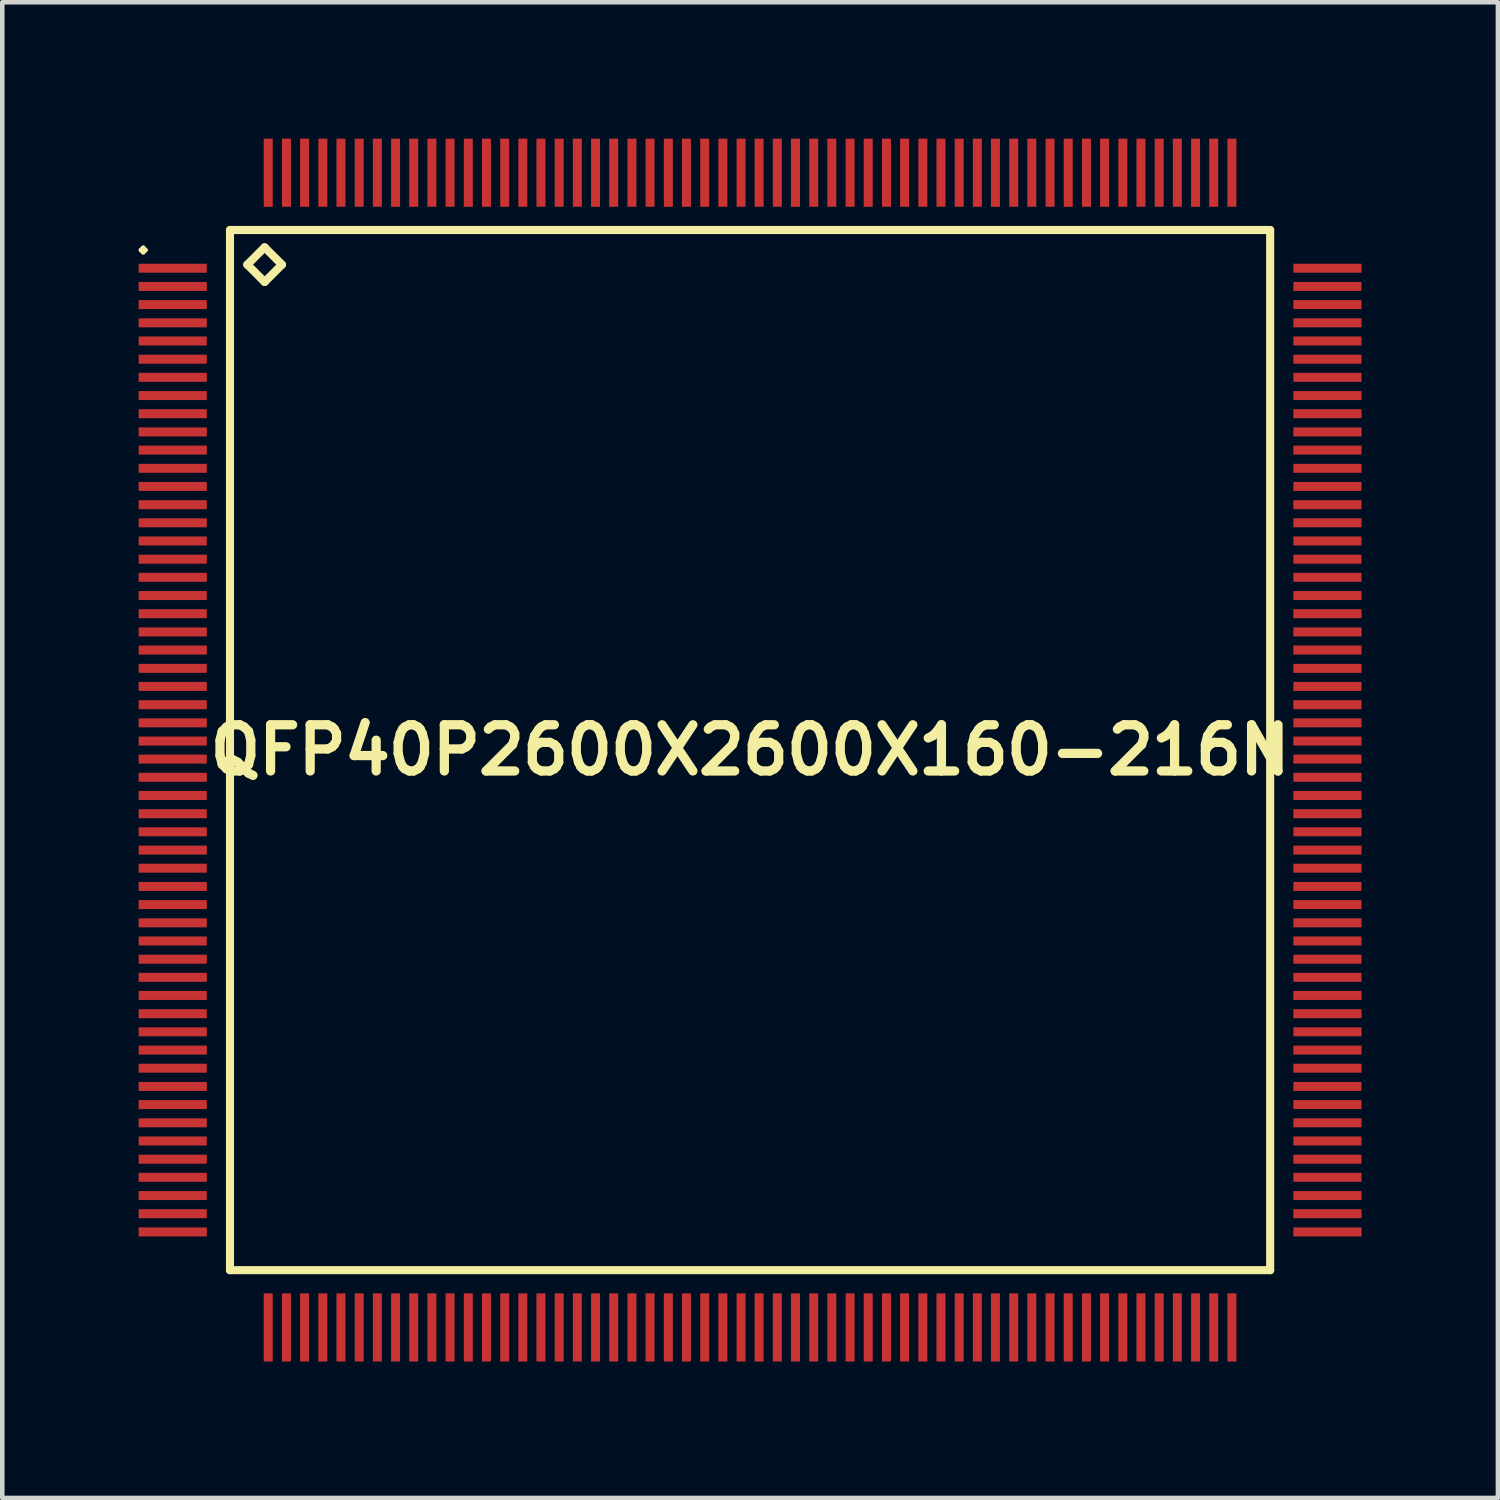
<source format=kicad_pcb>
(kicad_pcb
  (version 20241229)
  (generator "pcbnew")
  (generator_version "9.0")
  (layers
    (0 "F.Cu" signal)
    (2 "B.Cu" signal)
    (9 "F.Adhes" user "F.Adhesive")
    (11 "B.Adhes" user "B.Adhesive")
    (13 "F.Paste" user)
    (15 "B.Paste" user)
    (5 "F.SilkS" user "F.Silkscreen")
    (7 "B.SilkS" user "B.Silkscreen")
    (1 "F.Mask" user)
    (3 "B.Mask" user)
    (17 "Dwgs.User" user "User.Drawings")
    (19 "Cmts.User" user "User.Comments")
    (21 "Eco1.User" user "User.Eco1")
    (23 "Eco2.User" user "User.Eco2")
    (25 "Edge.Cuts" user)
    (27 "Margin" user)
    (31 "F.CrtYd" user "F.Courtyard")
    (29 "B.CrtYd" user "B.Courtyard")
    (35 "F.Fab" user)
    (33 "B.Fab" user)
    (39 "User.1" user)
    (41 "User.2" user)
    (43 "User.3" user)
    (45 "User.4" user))
  (footprint "QFP40P2600X2600X160-216N"
    (layer "F.Cu")
    (at 13.449 13.449)
    (property "Reference" "QFP40P2600X2600X160-216N" (at 0 0 0) (layer "F.SilkS") (effects (font (size 1.016 1.016) (thickness 0.203))))
    (attr smd)
    (fp_line (start -13.399 -10.998) (end -13.348 -11.049) (stroke (width 0.099) (type solid)) (layer "F.SilkS"))
    (fp_line (start -13.348 -11.049) (end -13.299 -10.998) (stroke (width 0.099) (type solid)) (layer "F.SilkS"))
    (fp_line (start -13.348 -10.95) (end -13.399 -10.998) (stroke (width 0.099) (type solid)) (layer "F.SilkS"))
    (fp_line (start -13.299 -10.998) (end -13.348 -10.95) (stroke (width 0.099) (type solid)) (layer "F.SilkS"))
    (fp_line (start -11.44 -11.44) (end -11.44 11.44) (stroke (width 0.178) (type solid)) (layer "F.SilkS"))
    (fp_line (start -11.44 11.44) (end 11.44 11.44) (stroke (width 0.178) (type solid)) (layer "F.SilkS"))
    (fp_line (start -11.059 -10.678) (end -10.678 -11.059) (stroke (width 0.178) (type solid)) (layer "F.SilkS"))
    (fp_line (start -10.678 -11.059) (end -10.297 -10.678) (stroke (width 0.178) (type solid)) (layer "F.SilkS"))
    (fp_line (start -10.678 -10.297) (end -11.059 -10.678) (stroke (width 0.178) (type solid)) (layer "F.SilkS"))
    (fp_line (start -10.297 -10.678) (end -10.678 -10.297) (stroke (width 0.178) (type solid)) (layer "F.SilkS"))
    (fp_line (start 11.44 -11.44) (end -11.44 -11.44) (stroke (width 0.178) (type solid)) (layer "F.SilkS"))
    (fp_line (start 11.44 11.44) (end 11.44 -11.44) (stroke (width 0.178) (type solid)) (layer "F.SilkS"))
    (pad "1" smd rect (at -12.7 -10.599) (size 1.499 0.198) (layers "F.Cu" "F.Mask" "F.Paste"))
    (pad "2" smd rect (at -12.7 -10.198) (size 1.499 0.198) (layers "F.Cu" "F.Mask" "F.Paste"))
    (pad "3" smd rect (at -12.7 -9.799) (size 1.499 0.198) (layers "F.Cu" "F.Mask" "F.Paste"))
    (pad "4" smd rect (at -12.7 -9.398) (size 1.499 0.198) (layers "F.Cu" "F.Mask" "F.Paste"))
    (pad "5" smd rect (at -12.7 -8.999) (size 1.499 0.198) (layers "F.Cu" "F.Mask" "F.Paste"))
    (pad "6" smd rect (at -12.7 -8.598) (size 1.499 0.198) (layers "F.Cu" "F.Mask" "F.Paste"))
    (pad "7" smd rect (at -12.7 -8.199) (size 1.499 0.198) (layers "F.Cu" "F.Mask" "F.Paste"))
    (pad "8" smd rect (at -12.7 -7.798) (size 1.499 0.198) (layers "F.Cu" "F.Mask" "F.Paste"))
    (pad "9" smd rect (at -12.7 -7.399) (size 1.499 0.198) (layers "F.Cu" "F.Mask" "F.Paste"))
    (pad "10" smd rect (at -12.7 -6.998) (size 1.499 0.198) (layers "F.Cu" "F.Mask" "F.Paste"))
    (pad "11" smd rect (at -12.7 -6.599) (size 1.499 0.198) (layers "F.Cu" "F.Mask" "F.Paste"))
    (pad "12" smd rect (at -12.7 -6.198) (size 1.499 0.198) (layers "F.Cu" "F.Mask" "F.Paste"))
    (pad "13" smd rect (at -12.7 -5.799) (size 1.499 0.198) (layers "F.Cu" "F.Mask" "F.Paste"))
    (pad "14" smd rect (at -12.7 -5.397) (size 1.499 0.198) (layers "F.Cu" "F.Mask" "F.Paste"))
    (pad "15" smd rect (at -12.7 -4.999) (size 1.499 0.198) (layers "F.Cu" "F.Mask" "F.Paste"))
    (pad "16" smd rect (at -12.7 -4.6) (size 1.499 0.198) (layers "F.Cu" "F.Mask" "F.Paste"))
    (pad "17" smd rect (at -12.7 -4.199) (size 1.499 0.198) (layers "F.Cu" "F.Mask" "F.Paste"))
    (pad "18" smd rect (at -12.7 -3.8) (size 1.499 0.198) (layers "F.Cu" "F.Mask" "F.Paste"))
    (pad "19" smd rect (at -12.7 -3.399) (size 1.499 0.198) (layers "F.Cu" "F.Mask" "F.Paste"))
    (pad "20" smd rect (at -12.7 -3) (size 1.499 0.198) (layers "F.Cu" "F.Mask" "F.Paste"))
    (pad "21" smd rect (at -12.7 -2.598) (size 1.499 0.198) (layers "F.Cu" "F.Mask" "F.Paste"))
    (pad "22" smd rect (at -12.7 -2.2) (size 1.499 0.198) (layers "F.Cu" "F.Mask" "F.Paste"))
    (pad "23" smd rect (at -12.7 -1.798) (size 1.499 0.198) (layers "F.Cu" "F.Mask" "F.Paste"))
    (pad "24" smd rect (at -12.7 -1.4) (size 1.499 0.198) (layers "F.Cu" "F.Mask" "F.Paste"))
    (pad "25" smd rect (at -12.7 -0.998) (size 1.499 0.198) (layers "F.Cu" "F.Mask" "F.Paste"))
    (pad "26" smd rect (at -12.7 -0.599) (size 1.499 0.198) (layers "F.Cu" "F.Mask" "F.Paste"))
    (pad "27" smd rect (at -12.7 -0.198) (size 1.499 0.198) (layers "F.Cu" "F.Mask" "F.Paste"))
    (pad "28" smd rect (at -12.7 0.198) (size 1.499 0.198) (layers "F.Cu" "F.Mask" "F.Paste"))
    (pad "29" smd rect (at -12.7 0.599) (size 1.499 0.198) (layers "F.Cu" "F.Mask" "F.Paste"))
    (pad "30" smd rect (at -12.7 0.998) (size 1.499 0.198) (layers "F.Cu" "F.Mask" "F.Paste"))
    (pad "31" smd rect (at -12.7 1.4) (size 1.499 0.198) (layers "F.Cu" "F.Mask" "F.Paste"))
    (pad "32" smd rect (at -12.7 1.798) (size 1.499 0.198) (layers "F.Cu" "F.Mask" "F.Paste"))
    (pad "33" smd rect (at -12.7 2.2) (size 1.499 0.198) (layers "F.Cu" "F.Mask" "F.Paste"))
    (pad "34" smd rect (at -12.7 2.598) (size 1.499 0.198) (layers "F.Cu" "F.Mask" "F.Paste"))
    (pad "35" smd rect (at -12.7 3) (size 1.499 0.198) (layers "F.Cu" "F.Mask" "F.Paste"))
    (pad "36" smd rect (at -12.7 3.399) (size 1.499 0.198) (layers "F.Cu" "F.Mask" "F.Paste"))
    (pad "37" smd rect (at -12.7 3.8) (size 1.499 0.198) (layers "F.Cu" "F.Mask" "F.Paste"))
    (pad "38" smd rect (at -12.7 4.199) (size 1.499 0.198) (layers "F.Cu" "F.Mask" "F.Paste"))
    (pad "39" smd rect (at -12.7 4.6) (size 1.499 0.198) (layers "F.Cu" "F.Mask" "F.Paste"))
    (pad "40" smd rect (at -12.7 4.999) (size 1.499 0.198) (layers "F.Cu" "F.Mask" "F.Paste"))
    (pad "41" smd rect (at -12.7 5.397) (size 1.499 0.198) (layers "F.Cu" "F.Mask" "F.Paste"))
    (pad "42" smd rect (at -12.7 5.799) (size 1.499 0.198) (layers "F.Cu" "F.Mask" "F.Paste"))
    (pad "43" smd rect (at -12.7 6.198) (size 1.499 0.198) (layers "F.Cu" "F.Mask" "F.Paste"))
    (pad "44" smd rect (at -12.7 6.599) (size 1.499 0.198) (layers "F.Cu" "F.Mask" "F.Paste"))
    (pad "45" smd rect (at -12.7 6.998) (size 1.499 0.198) (layers "F.Cu" "F.Mask" "F.Paste"))
    (pad "46" smd rect (at -12.7 7.399) (size 1.499 0.198) (layers "F.Cu" "F.Mask" "F.Paste"))
    (pad "47" smd rect (at -12.7 7.798) (size 1.499 0.198) (layers "F.Cu" "F.Mask" "F.Paste"))
    (pad "48" smd rect (at -12.7 8.199) (size 1.499 0.198) (layers "F.Cu" "F.Mask" "F.Paste"))
    (pad "49" smd rect (at -12.7 8.598) (size 1.499 0.198) (layers "F.Cu" "F.Mask" "F.Paste"))
    (pad "50" smd rect (at -12.7 8.999) (size 1.499 0.198) (layers "F.Cu" "F.Mask" "F.Paste"))
    (pad "51" smd rect (at -12.7 9.398) (size 1.499 0.198) (layers "F.Cu" "F.Mask" "F.Paste"))
    (pad "52" smd rect (at -12.7 9.799) (size 1.499 0.198) (layers "F.Cu" "F.Mask" "F.Paste"))
    (pad "53" smd rect (at -12.7 10.198) (size 1.499 0.198) (layers "F.Cu" "F.Mask" "F.Paste"))
    (pad "54" smd rect (at -12.7 10.599) (size 1.499 0.198) (layers "F.Cu" "F.Mask" "F.Paste"))
    (pad "55" smd rect (at -10.599 12.7) (size 0.198 1.499) (layers "F.Cu" "F.Mask" "F.Paste"))
    (pad "56" smd rect (at -10.198 12.7) (size 0.198 1.499) (layers "F.Cu" "F.Mask" "F.Paste"))
    (pad "57" smd rect (at -9.799 12.7) (size 0.198 1.499) (layers "F.Cu" "F.Mask" "F.Paste"))
    (pad "58" smd rect (at -9.398 12.7) (size 0.198 1.499) (layers "F.Cu" "F.Mask" "F.Paste"))
    (pad "59" smd rect (at -8.999 12.7) (size 0.198 1.499) (layers "F.Cu" "F.Mask" "F.Paste"))
    (pad "60" smd rect (at -8.598 12.7) (size 0.198 1.499) (layers "F.Cu" "F.Mask" "F.Paste"))
    (pad "61" smd rect (at -8.199 12.7) (size 0.198 1.499) (layers "F.Cu" "F.Mask" "F.Paste"))
    (pad "62" smd rect (at -7.798 12.7) (size 0.198 1.499) (layers "F.Cu" "F.Mask" "F.Paste"))
    (pad "63" smd rect (at -7.399 12.7) (size 0.198 1.499) (layers "F.Cu" "F.Mask" "F.Paste"))
    (pad "64" smd rect (at -6.998 12.7) (size 0.198 1.499) (layers "F.Cu" "F.Mask" "F.Paste"))
    (pad "65" smd rect (at -6.599 12.7) (size 0.198 1.499) (layers "F.Cu" "F.Mask" "F.Paste"))
    (pad "66" smd rect (at -6.198 12.7) (size 0.198 1.499) (layers "F.Cu" "F.Mask" "F.Paste"))
    (pad "67" smd rect (at -5.799 12.7) (size 0.198 1.499) (layers "F.Cu" "F.Mask" "F.Paste"))
    (pad "68" smd rect (at -5.397 12.7) (size 0.198 1.499) (layers "F.Cu" "F.Mask" "F.Paste"))
    (pad "69" smd rect (at -4.999 12.7) (size 0.198 1.499) (layers "F.Cu" "F.Mask" "F.Paste"))
    (pad "70" smd rect (at -4.6 12.7) (size 0.198 1.499) (layers "F.Cu" "F.Mask" "F.Paste"))
    (pad "71" smd rect (at -4.199 12.7) (size 0.198 1.499) (layers "F.Cu" "F.Mask" "F.Paste"))
    (pad "72" smd rect (at -3.8 12.7) (size 0.198 1.499) (layers "F.Cu" "F.Mask" "F.Paste"))
    (pad "73" smd rect (at -3.399 12.7) (size 0.198 1.499) (layers "F.Cu" "F.Mask" "F.Paste"))
    (pad "74" smd rect (at -3 12.7) (size 0.198 1.499) (layers "F.Cu" "F.Mask" "F.Paste"))
    (pad "75" smd rect (at -2.598 12.7) (size 0.198 1.499) (layers "F.Cu" "F.Mask" "F.Paste"))
    (pad "76" smd rect (at -2.2 12.7) (size 0.198 1.499) (layers "F.Cu" "F.Mask" "F.Paste"))
    (pad "77" smd rect (at -1.798 12.7) (size 0.198 1.499) (layers "F.Cu" "F.Mask" "F.Paste"))
    (pad "78" smd rect (at -1.4 12.7) (size 0.198 1.499) (layers "F.Cu" "F.Mask" "F.Paste"))
    (pad "79" smd rect (at -0.998 12.7) (size 0.198 1.499) (layers "F.Cu" "F.Mask" "F.Paste"))
    (pad "80" smd rect (at -0.599 12.7) (size 0.198 1.499) (layers "F.Cu" "F.Mask" "F.Paste"))
    (pad "81" smd rect (at -0.198 12.7) (size 0.198 1.499) (layers "F.Cu" "F.Mask" "F.Paste"))
    (pad "82" smd rect (at 0.198 12.7) (size 0.198 1.499) (layers "F.Cu" "F.Mask" "F.Paste"))
    (pad "83" smd rect (at 0.599 12.7) (size 0.198 1.499) (layers "F.Cu" "F.Mask" "F.Paste"))
    (pad "84" smd rect (at 0.998 12.7) (size 0.198 1.499) (layers "F.Cu" "F.Mask" "F.Paste"))
    (pad "85" smd rect (at 1.4 12.7) (size 0.198 1.499) (layers "F.Cu" "F.Mask" "F.Paste"))
    (pad "86" smd rect (at 1.798 12.7) (size 0.198 1.499) (layers "F.Cu" "F.Mask" "F.Paste"))
    (pad "87" smd rect (at 2.2 12.7) (size 0.198 1.499) (layers "F.Cu" "F.Mask" "F.Paste"))
    (pad "88" smd rect (at 2.598 12.7) (size 0.198 1.499) (layers "F.Cu" "F.Mask" "F.Paste"))
    (pad "89" smd rect (at 3 12.7) (size 0.198 1.499) (layers "F.Cu" "F.Mask" "F.Paste"))
    (pad "90" smd rect (at 3.399 12.7) (size 0.198 1.499) (layers "F.Cu" "F.Mask" "F.Paste"))
    (pad "91" smd rect (at 3.8 12.7) (size 0.198 1.499) (layers "F.Cu" "F.Mask" "F.Paste"))
    (pad "92" smd rect (at 4.199 12.7) (size 0.198 1.499) (layers "F.Cu" "F.Mask" "F.Paste"))
    (pad "93" smd rect (at 4.6 12.7) (size 0.198 1.499) (layers "F.Cu" "F.Mask" "F.Paste"))
    (pad "94" smd rect (at 4.999 12.7) (size 0.198 1.499) (layers "F.Cu" "F.Mask" "F.Paste"))
    (pad "95" smd rect (at 5.397 12.7) (size 0.198 1.499) (layers "F.Cu" "F.Mask" "F.Paste"))
    (pad "96" smd rect (at 5.799 12.7) (size 0.198 1.499) (layers "F.Cu" "F.Mask" "F.Paste"))
    (pad "97" smd rect (at 6.198 12.7) (size 0.198 1.499) (layers "F.Cu" "F.Mask" "F.Paste"))
    (pad "98" smd rect (at 6.599 12.7) (size 0.198 1.499) (layers "F.Cu" "F.Mask" "F.Paste"))
    (pad "99" smd rect (at 6.998 12.7) (size 0.198 1.499) (layers "F.Cu" "F.Mask" "F.Paste"))
    (pad "100" smd rect (at 7.399 12.7) (size 0.198 1.499) (layers "F.Cu" "F.Mask" "F.Paste"))
    (pad "101" smd rect (at 7.798 12.7) (size 0.198 1.499) (layers "F.Cu" "F.Mask" "F.Paste"))
    (pad "102" smd rect (at 8.199 12.7) (size 0.198 1.499) (layers "F.Cu" "F.Mask" "F.Paste"))
    (pad "103" smd rect (at 8.598 12.7) (size 0.198 1.499) (layers "F.Cu" "F.Mask" "F.Paste"))
    (pad "104" smd rect (at 8.999 12.7) (size 0.198 1.499) (layers "F.Cu" "F.Mask" "F.Paste"))
    (pad "105" smd rect (at 9.398 12.7) (size 0.198 1.499) (layers "F.Cu" "F.Mask" "F.Paste"))
    (pad "106" smd rect (at 9.799 12.7) (size 0.198 1.499) (layers "F.Cu" "F.Mask" "F.Paste"))
    (pad "107" smd rect (at 10.198 12.7) (size 0.198 1.499) (layers "F.Cu" "F.Mask" "F.Paste"))
    (pad "108" smd rect (at 10.599 12.7) (size 0.198 1.499) (layers "F.Cu" "F.Mask" "F.Paste"))
    (pad "109" smd rect (at 12.7 10.599) (size 1.499 0.198) (layers "F.Cu" "F.Mask" "F.Paste"))
    (pad "110" smd rect (at 12.7 10.198) (size 1.499 0.198) (layers "F.Cu" "F.Mask" "F.Paste"))
    (pad "111" smd rect (at 12.7 9.799) (size 1.499 0.198) (layers "F.Cu" "F.Mask" "F.Paste"))
    (pad "112" smd rect (at 12.7 9.398) (size 1.499 0.198) (layers "F.Cu" "F.Mask" "F.Paste"))
    (pad "113" smd rect (at 12.7 8.999) (size 1.499 0.198) (layers "F.Cu" "F.Mask" "F.Paste"))
    (pad "114" smd rect (at 12.7 8.598) (size 1.499 0.198) (layers "F.Cu" "F.Mask" "F.Paste"))
    (pad "115" smd rect (at 12.7 8.199) (size 1.499 0.198) (layers "F.Cu" "F.Mask" "F.Paste"))
    (pad "116" smd rect (at 12.7 7.798) (size 1.499 0.198) (layers "F.Cu" "F.Mask" "F.Paste"))
    (pad "117" smd rect (at 12.7 7.399) (size 1.499 0.198) (layers "F.Cu" "F.Mask" "F.Paste"))
    (pad "118" smd rect (at 12.7 6.998) (size 1.499 0.198) (layers "F.Cu" "F.Mask" "F.Paste"))
    (pad "119" smd rect (at 12.7 6.599) (size 1.499 0.198) (layers "F.Cu" "F.Mask" "F.Paste"))
    (pad "120" smd rect (at 12.7 6.198) (size 1.499 0.198) (layers "F.Cu" "F.Mask" "F.Paste"))
    (pad "121" smd rect (at 12.7 5.799) (size 1.499 0.198) (layers "F.Cu" "F.Mask" "F.Paste"))
    (pad "122" smd rect (at 12.7 5.397) (size 1.499 0.198) (layers "F.Cu" "F.Mask" "F.Paste"))
    (pad "123" smd rect (at 12.7 4.999) (size 1.499 0.198) (layers "F.Cu" "F.Mask" "F.Paste"))
    (pad "124" smd rect (at 12.7 4.6) (size 1.499 0.198) (layers "F.Cu" "F.Mask" "F.Paste"))
    (pad "125" smd rect (at 12.7 4.199) (size 1.499 0.198) (layers "F.Cu" "F.Mask" "F.Paste"))
    (pad "126" smd rect (at 12.7 3.8) (size 1.499 0.198) (layers "F.Cu" "F.Mask" "F.Paste"))
    (pad "127" smd rect (at 12.7 3.399) (size 1.499 0.198) (layers "F.Cu" "F.Mask" "F.Paste"))
    (pad "128" smd rect (at 12.7 3) (size 1.499 0.198) (layers "F.Cu" "F.Mask" "F.Paste"))
    (pad "129" smd rect (at 12.7 2.598) (size 1.499 0.198) (layers "F.Cu" "F.Mask" "F.Paste"))
    (pad "130" smd rect (at 12.7 2.2) (size 1.499 0.198) (layers "F.Cu" "F.Mask" "F.Paste"))
    (pad "131" smd rect (at 12.7 1.798) (size 1.499 0.198) (layers "F.Cu" "F.Mask" "F.Paste"))
    (pad "132" smd rect (at 12.7 1.4) (size 1.499 0.198) (layers "F.Cu" "F.Mask" "F.Paste"))
    (pad "133" smd rect (at 12.7 0.998) (size 1.499 0.198) (layers "F.Cu" "F.Mask" "F.Paste"))
    (pad "134" smd rect (at 12.7 0.599) (size 1.499 0.198) (layers "F.Cu" "F.Mask" "F.Paste"))
    (pad "135" smd rect (at 12.7 0.198) (size 1.499 0.198) (layers "F.Cu" "F.Mask" "F.Paste"))
    (pad "136" smd rect (at 12.7 -0.198) (size 1.499 0.198) (layers "F.Cu" "F.Mask" "F.Paste"))
    (pad "137" smd rect (at 12.7 -0.599) (size 1.499 0.198) (layers "F.Cu" "F.Mask" "F.Paste"))
    (pad "138" smd rect (at 12.7 -0.998) (size 1.499 0.198) (layers "F.Cu" "F.Mask" "F.Paste"))
    (pad "139" smd rect (at 12.7 -1.4) (size 1.499 0.198) (layers "F.Cu" "F.Mask" "F.Paste"))
    (pad "140" smd rect (at 12.7 -1.798) (size 1.499 0.198) (layers "F.Cu" "F.Mask" "F.Paste"))
    (pad "141" smd rect (at 12.7 -2.2) (size 1.499 0.198) (layers "F.Cu" "F.Mask" "F.Paste"))
    (pad "142" smd rect (at 12.7 -2.598) (size 1.499 0.198) (layers "F.Cu" "F.Mask" "F.Paste"))
    (pad "143" smd rect (at 12.7 -3) (size 1.499 0.198) (layers "F.Cu" "F.Mask" "F.Paste"))
    (pad "144" smd rect (at 12.7 -3.399) (size 1.499 0.198) (layers "F.Cu" "F.Mask" "F.Paste"))
    (pad "145" smd rect (at 12.7 -3.8) (size 1.499 0.198) (layers "F.Cu" "F.Mask" "F.Paste"))
    (pad "146" smd rect (at 12.7 -4.199) (size 1.499 0.198) (layers "F.Cu" "F.Mask" "F.Paste"))
    (pad "147" smd rect (at 12.7 -4.6) (size 1.499 0.198) (layers "F.Cu" "F.Mask" "F.Paste"))
    (pad "148" smd rect (at 12.7 -4.999) (size 1.499 0.198) (layers "F.Cu" "F.Mask" "F.Paste"))
    (pad "149" smd rect (at 12.7 -5.397) (size 1.499 0.198) (layers "F.Cu" "F.Mask" "F.Paste"))
    (pad "150" smd rect (at 12.7 -5.799) (size 1.499 0.198) (layers "F.Cu" "F.Mask" "F.Paste"))
    (pad "151" smd rect (at 12.7 -6.198) (size 1.499 0.198) (layers "F.Cu" "F.Mask" "F.Paste"))
    (pad "152" smd rect (at 12.7 -6.599) (size 1.499 0.198) (layers "F.Cu" "F.Mask" "F.Paste"))
    (pad "153" smd rect (at 12.7 -6.998) (size 1.499 0.198) (layers "F.Cu" "F.Mask" "F.Paste"))
    (pad "154" smd rect (at 12.7 -7.399) (size 1.499 0.198) (layers "F.Cu" "F.Mask" "F.Paste"))
    (pad "155" smd rect (at 12.7 -7.798) (size 1.499 0.198) (layers "F.Cu" "F.Mask" "F.Paste"))
    (pad "156" smd rect (at 12.7 -8.199) (size 1.499 0.198) (layers "F.Cu" "F.Mask" "F.Paste"))
    (pad "157" smd rect (at 12.7 -8.598) (size 1.499 0.198) (layers "F.Cu" "F.Mask" "F.Paste"))
    (pad "158" smd rect (at 12.7 -8.999) (size 1.499 0.198) (layers "F.Cu" "F.Mask" "F.Paste"))
    (pad "159" smd rect (at 12.7 -9.398) (size 1.499 0.198) (layers "F.Cu" "F.Mask" "F.Paste"))
    (pad "160" smd rect (at 12.7 -9.799) (size 1.499 0.198) (layers "F.Cu" "F.Mask" "F.Paste"))
    (pad "161" smd rect (at 12.7 -10.198) (size 1.499 0.198) (layers "F.Cu" "F.Mask" "F.Paste"))
    (pad "162" smd rect (at 12.7 -10.599) (size 1.499 0.198) (layers "F.Cu" "F.Mask" "F.Paste"))
    (pad "163" smd rect (at 10.599 -12.7) (size 0.198 1.499) (layers "F.Cu" "F.Mask" "F.Paste"))
    (pad "164" smd rect (at 10.198 -12.7) (size 0.198 1.499) (layers "F.Cu" "F.Mask" "F.Paste"))
    (pad "165" smd rect (at 9.799 -12.7) (size 0.198 1.499) (layers "F.Cu" "F.Mask" "F.Paste"))
    (pad "166" smd rect (at 9.398 -12.7) (size 0.198 1.499) (layers "F.Cu" "F.Mask" "F.Paste"))
    (pad "167" smd rect (at 8.999 -12.7) (size 0.198 1.499) (layers "F.Cu" "F.Mask" "F.Paste"))
    (pad "168" smd rect (at 8.598 -12.7) (size 0.198 1.499) (layers "F.Cu" "F.Mask" "F.Paste"))
    (pad "169" smd rect (at 8.199 -12.7) (size 0.198 1.499) (layers "F.Cu" "F.Mask" "F.Paste"))
    (pad "170" smd rect (at 7.798 -12.7) (size 0.198 1.499) (layers "F.Cu" "F.Mask" "F.Paste"))
    (pad "171" smd rect (at 7.399 -12.7) (size 0.198 1.499) (layers "F.Cu" "F.Mask" "F.Paste"))
    (pad "172" smd rect (at 6.998 -12.7) (size 0.198 1.499) (layers "F.Cu" "F.Mask" "F.Paste"))
    (pad "173" smd rect (at 6.599 -12.7) (size 0.198 1.499) (layers "F.Cu" "F.Mask" "F.Paste"))
    (pad "174" smd rect (at 6.198 -12.7) (size 0.198 1.499) (layers "F.Cu" "F.Mask" "F.Paste"))
    (pad "175" smd rect (at 5.799 -12.7) (size 0.198 1.499) (layers "F.Cu" "F.Mask" "F.Paste"))
    (pad "176" smd rect (at 5.397 -12.7) (size 0.198 1.499) (layers "F.Cu" "F.Mask" "F.Paste"))
    (pad "177" smd rect (at 4.999 -12.7) (size 0.198 1.499) (layers "F.Cu" "F.Mask" "F.Paste"))
    (pad "178" smd rect (at 4.6 -12.7) (size 0.198 1.499) (layers "F.Cu" "F.Mask" "F.Paste"))
    (pad "179" smd rect (at 4.199 -12.7) (size 0.198 1.499) (layers "F.Cu" "F.Mask" "F.Paste"))
    (pad "180" smd rect (at 3.8 -12.7) (size 0.198 1.499) (layers "F.Cu" "F.Mask" "F.Paste"))
    (pad "181" smd rect (at 3.399 -12.7) (size 0.198 1.499) (layers "F.Cu" "F.Mask" "F.Paste"))
    (pad "182" smd rect (at 3 -12.7) (size 0.198 1.499) (layers "F.Cu" "F.Mask" "F.Paste"))
    (pad "183" smd rect (at 2.598 -12.7) (size 0.198 1.499) (layers "F.Cu" "F.Mask" "F.Paste"))
    (pad "184" smd rect (at 2.2 -12.7) (size 0.198 1.499) (layers "F.Cu" "F.Mask" "F.Paste"))
    (pad "185" smd rect (at 1.798 -12.7) (size 0.198 1.499) (layers "F.Cu" "F.Mask" "F.Paste"))
    (pad "186" smd rect (at 1.4 -12.7) (size 0.198 1.499) (layers "F.Cu" "F.Mask" "F.Paste"))
    (pad "187" smd rect (at 0.998 -12.7) (size 0.198 1.499) (layers "F.Cu" "F.Mask" "F.Paste"))
    (pad "188" smd rect (at 0.599 -12.7) (size 0.198 1.499) (layers "F.Cu" "F.Mask" "F.Paste"))
    (pad "189" smd rect (at 0.198 -12.7) (size 0.198 1.499) (layers "F.Cu" "F.Mask" "F.Paste"))
    (pad "190" smd rect (at -0.198 -12.7) (size 0.198 1.499) (layers "F.Cu" "F.Mask" "F.Paste"))
    (pad "191" smd rect (at -0.599 -12.7) (size 0.198 1.499) (layers "F.Cu" "F.Mask" "F.Paste"))
    (pad "192" smd rect (at -0.998 -12.7) (size 0.198 1.499) (layers "F.Cu" "F.Mask" "F.Paste"))
    (pad "193" smd rect (at -1.4 -12.7) (size 0.198 1.499) (layers "F.Cu" "F.Mask" "F.Paste"))
    (pad "194" smd rect (at -1.798 -12.7) (size 0.198 1.499) (layers "F.Cu" "F.Mask" "F.Paste"))
    (pad "195" smd rect (at -2.2 -12.7) (size 0.198 1.499) (layers "F.Cu" "F.Mask" "F.Paste"))
    (pad "196" smd rect (at -2.598 -12.7) (size 0.198 1.499) (layers "F.Cu" "F.Mask" "F.Paste"))
    (pad "197" smd rect (at -3 -12.7) (size 0.198 1.499) (layers "F.Cu" "F.Mask" "F.Paste"))
    (pad "198" smd rect (at -3.399 -12.7) (size 0.198 1.499) (layers "F.Cu" "F.Mask" "F.Paste"))
    (pad "199" smd rect (at -3.8 -12.7) (size 0.198 1.499) (layers "F.Cu" "F.Mask" "F.Paste"))
    (pad "200" smd rect (at -4.199 -12.7) (size 0.198 1.499) (layers "F.Cu" "F.Mask" "F.Paste"))
    (pad "201" smd rect (at -4.6 -12.7) (size 0.198 1.499) (layers "F.Cu" "F.Mask" "F.Paste"))
    (pad "202" smd rect (at -4.999 -12.7) (size 0.198 1.499) (layers "F.Cu" "F.Mask" "F.Paste"))
    (pad "203" smd rect (at -5.397 -12.7) (size 0.198 1.499) (layers "F.Cu" "F.Mask" "F.Paste"))
    (pad "204" smd rect (at -5.799 -12.7) (size 0.198 1.499) (layers "F.Cu" "F.Mask" "F.Paste"))
    (pad "205" smd rect (at -6.198 -12.7) (size 0.198 1.499) (layers "F.Cu" "F.Mask" "F.Paste"))
    (pad "206" smd rect (at -6.599 -12.7) (size 0.198 1.499) (layers "F.Cu" "F.Mask" "F.Paste"))
    (pad "207" smd rect (at -6.998 -12.7) (size 0.198 1.499) (layers "F.Cu" "F.Mask" "F.Paste"))
    (pad "208" smd rect (at -7.399 -12.7) (size 0.198 1.499) (layers "F.Cu" "F.Mask" "F.Paste"))
    (pad "209" smd rect (at -7.798 -12.7) (size 0.198 1.499) (layers "F.Cu" "F.Mask" "F.Paste"))
    (pad "210" smd rect (at -8.199 -12.7) (size 0.198 1.499) (layers "F.Cu" "F.Mask" "F.Paste"))
    (pad "211" smd rect (at -8.598 -12.7) (size 0.198 1.499) (layers "F.Cu" "F.Mask" "F.Paste"))
    (pad "212" smd rect (at -8.999 -12.7) (size 0.198 1.499) (layers "F.Cu" "F.Mask" "F.Paste"))
    (pad "213" smd rect (at -9.398 -12.7) (size 0.198 1.499) (layers "F.Cu" "F.Mask" "F.Paste"))
    (pad "214" smd rect (at -9.799 -12.7) (size 0.198 1.499) (layers "F.Cu" "F.Mask" "F.Paste"))
    (pad "215" smd rect (at -10.198 -12.7) (size 0.198 1.499) (layers "F.Cu" "F.Mask" "F.Paste"))
    (pad "216" smd rect (at -10.599 -12.7) (size 0.198 1.499) (layers "F.Cu" "F.Mask" "F.Paste")))
  (gr_rect
    (start -3 -3)
    (end 29.899 29.899)
    (stroke (width 0.1) (type default))
    (fill no)
    (layer "Edge.Cuts")))
</source>
